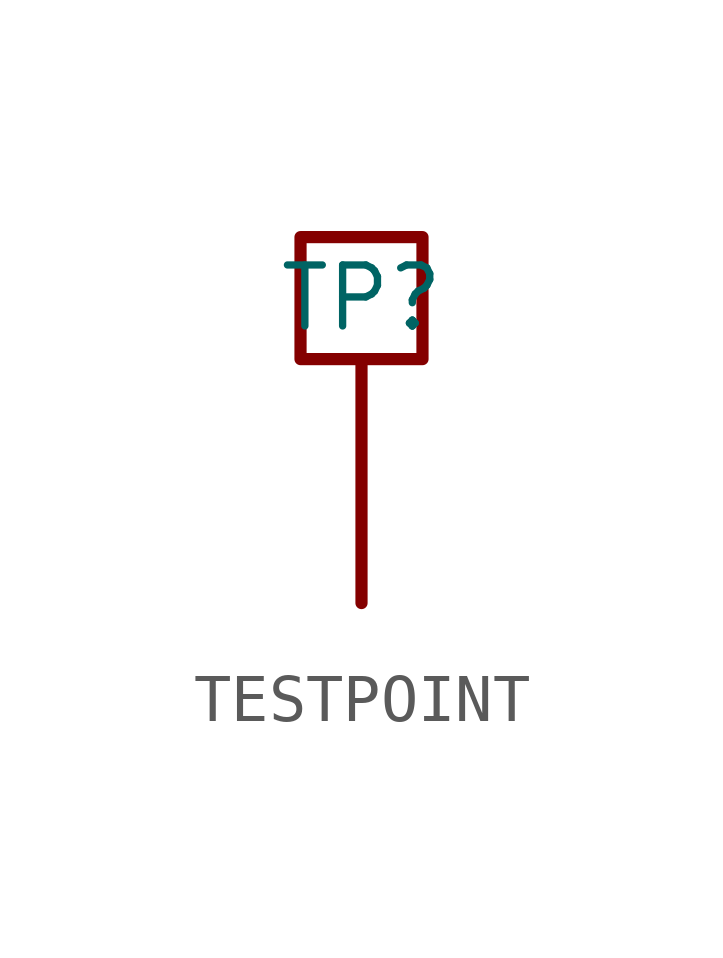
<source format=kicad_sym>
(kicad_symbol_lib
  (version 20220914)
  (generator kicad_symbol_editor)
  (symbol "TESTPOINT"
    (pin_numbers hide)
    (pin_names hide)
    (property "Reference" "TP"
      (at 0 6.35 0)
      (effects (font (size 1.27 1.27))))
    (symbol "TESTPOINT_0_1"
      (rectangle (start -1.27 7.62) (end 1.27 5.08) (stroke (width 0.254) (type default)) (fill (type none)))
      (polyline (pts (xy 0 0) (xy 0 5.08)) (stroke (width 0.254) (type default)) (fill (type none))))
    (symbol "TESTPOINT_1_0"
      (pin passive line (at 0 0 90) (length 5.08) (name "1" (effects (font (size 1.27 1.27)))) (number "1" (effects (font (size 1.27 1.27))))))))
</source>
